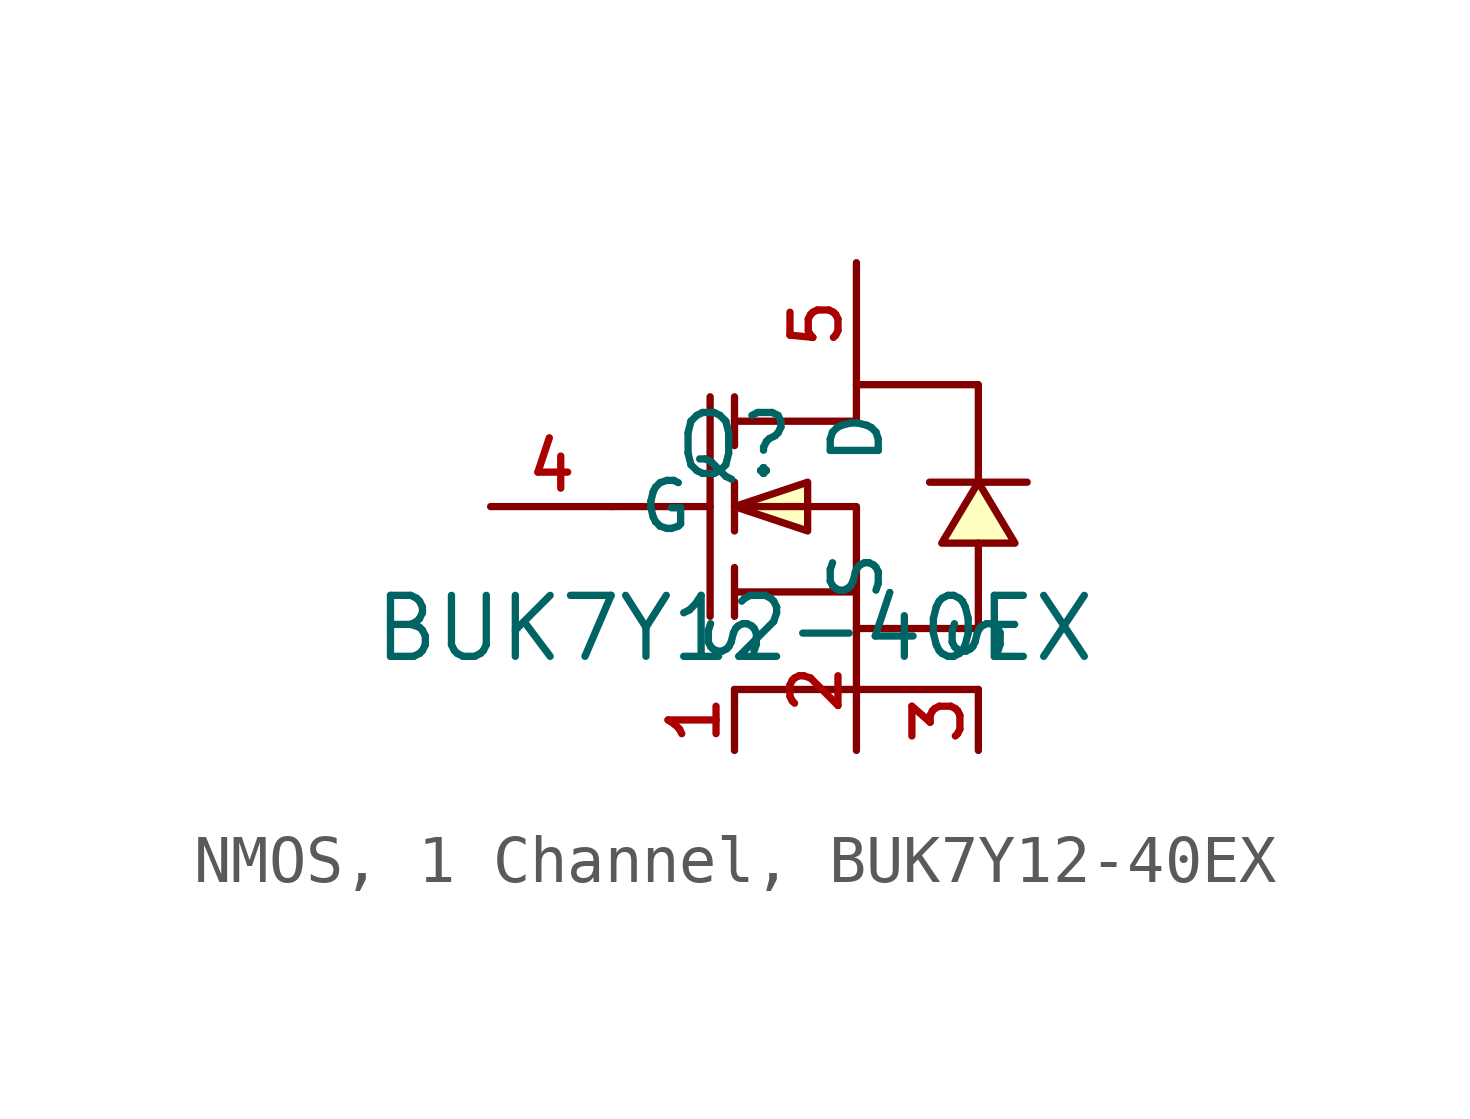
<source format=kicad_sym>
(kicad_symbol_lib
  (version 20231120)
  (generator "CDFER_Archive_Tool")
  (generator_version "0.0")
  (symbol "NMOS, 1 Channel, BUK7Y12-40EX"
    (property "Reference" "Q"
      (at 0 1.27 0)
      (effects (font (size 1.27 1.27))))
    (property "Value" "BUK7Y12-40EX"
      (at 0 -2.54 0)
      (effects (font (size 1.27 1.27))))
    (symbol "NMOS, 1 Channel, BUK7Y12-40EX_0_1"
      (polyline (pts (xy -2.54 0) (xy -0.508 0)) (stroke (width 0) (type default)) (fill (type none)))
      (polyline (pts (xy -0.508 2.286) (xy -0.508 -2.286)) (stroke (width 0) (type default)) (fill (type none)))
      (polyline (pts (xy 0 -2.286) (xy 0 -1.27)) (stroke (width 0) (type default)) (fill (type none)))
      (polyline (pts (xy 0 -0.508) (xy 0 0.508)) (stroke (width 0) (type default)) (fill (type none)))
      (polyline (pts (xy 0 2.286) (xy 0 1.27)) (stroke (width 0) (type default)) (fill (type none)))
      (polyline (pts (xy 2.54 -1.778) (xy 0 -1.778)) (stroke (width 0) (type default)) (fill (type none)))
      (polyline (pts (xy 5.08 -3.81) (xy 0 -3.81)) (stroke (width 0) (type default)) (fill (type none)))
      (polyline (pts (xy 0 0) (xy 1.524 0.508) (xy 1.524 -0.508) (xy 0 0)) (stroke (width 0) (type default)) (fill (type background)))
      (polyline (pts (xy 5.08 0.508) (xy 4.318 -0.762) (xy 5.842 -0.762) (xy 5.08 0.508)) (stroke (width 0) (type default)) (fill (type background)))
      (polyline (pts (xy 6.096 0.508) (xy 5.588 0.508) (xy 4.572 0.508) (xy 4.064 0.508)) (stroke (width 0) (type default)) (fill (type none)))
      (polyline (pts (xy 0 0) (xy 2.54 0) (xy 2.54 -2.54) (xy 5.08 -2.54) (xy 5.08 -0.762)) (stroke (width 0) (type default)) (fill (type none)))
      (polyline (pts (xy 0 1.778) (xy 2.54 1.778) (xy 2.54 2.54) (xy 5.08 2.54) (xy 5.08 0.508)) (stroke (width 0) (type default)) (fill (type none)))
      (pin unspecified line (at 0 -5.08 90) (length 1.27) (name "S" (effects (font (size 1 1)))) (number "1" (effects (font (size 1 1)))))
      (pin unspecified line (at 2.54 -5.08 90) (length 2.54) (name "S" (effects (font (size 1 1)))) (number "2" (effects (font (size 1 1)))))
      (pin unspecified line (at 5.08 -5.08 90) (length 1.27) (name "S" (effects (font (size 1 1)))) (number "3" (effects (font (size 1 1)))))
      (pin unspecified line (at -5.08 0 0) (length 2.54) (name "G" (effects (font (size 1 1)))) (number "4" (effects (font (size 1 1)))))
      (pin unspecified line (at 2.54 5.08 270) (length 2.54) (name "D" (effects (font (size 1 1)))) (number "5" (effects (font (size 1 1))))))))
</source>
